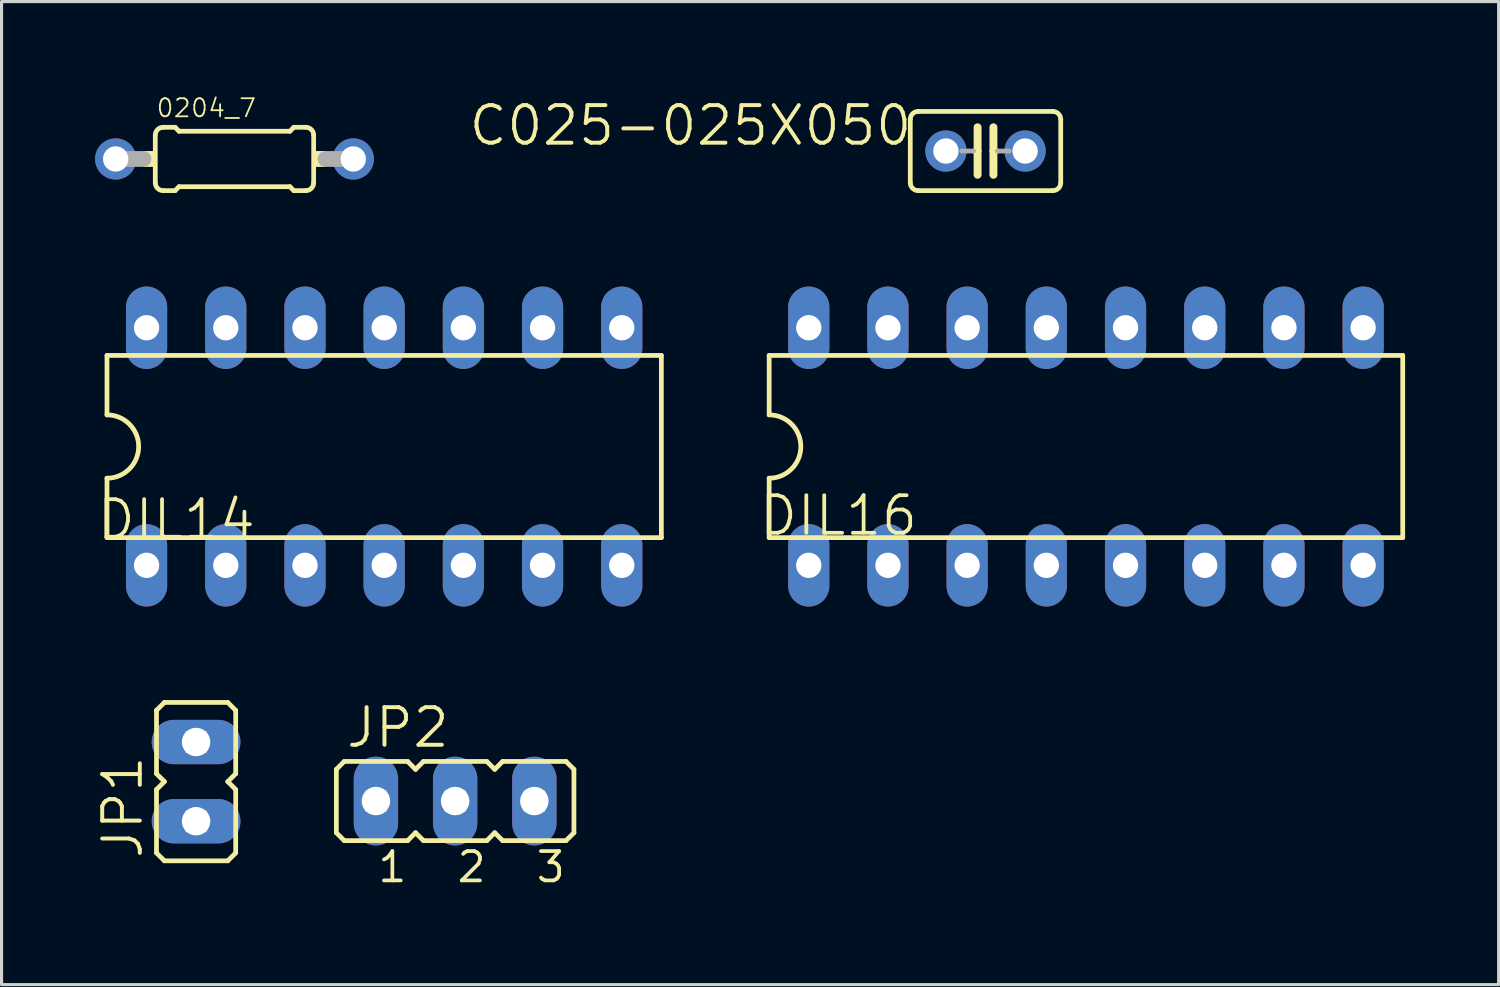
<source format=kicad_pcb>
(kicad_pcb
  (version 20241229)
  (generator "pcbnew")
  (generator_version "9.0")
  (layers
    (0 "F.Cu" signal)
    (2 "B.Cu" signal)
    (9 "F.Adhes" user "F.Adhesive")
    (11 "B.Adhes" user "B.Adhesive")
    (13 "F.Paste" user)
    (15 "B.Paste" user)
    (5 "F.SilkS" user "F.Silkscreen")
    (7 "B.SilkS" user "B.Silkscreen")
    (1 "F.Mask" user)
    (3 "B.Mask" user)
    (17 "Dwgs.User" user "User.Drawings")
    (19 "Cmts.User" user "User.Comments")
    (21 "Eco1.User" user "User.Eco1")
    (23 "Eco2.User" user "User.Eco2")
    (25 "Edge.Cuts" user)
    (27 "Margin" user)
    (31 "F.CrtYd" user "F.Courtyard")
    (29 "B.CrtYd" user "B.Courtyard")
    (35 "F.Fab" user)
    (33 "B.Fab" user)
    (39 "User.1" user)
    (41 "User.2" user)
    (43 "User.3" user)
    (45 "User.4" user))
  (footprint "0204_7"
    (layer "F.Cu")
    (at 4.47 2.048)
    (property "Reference" "0204_7" (at -2.54 -1.295 180) (layer "F.SilkS") (effects (font (size 0.579 0.579) (thickness 0.058)) (justify left bottom)))
    (attr through_hole)
    (fp_line (start -2.54 0.762) (end -2.54 -0.762) (stroke (width 0.152) (type solid)) (layer "F.SilkS"))
    (fp_line (start -2.286 -1.016) (end -1.905 -1.016) (stroke (width 0.152) (type solid)) (layer "F.SilkS"))
    (fp_line (start -2.286 1.016) (end -1.905 1.016) (stroke (width 0.152) (type solid)) (layer "F.SilkS"))
    (fp_line (start -1.778 -0.889) (end -1.905 -1.016) (stroke (width 0.152) (type solid)) (layer "F.SilkS"))
    (fp_line (start -1.778 0.889) (end -1.905 1.016) (stroke (width 0.152) (type solid)) (layer "F.SilkS"))
    (fp_line (start 1.778 -0.889) (end -1.778 -0.889) (stroke (width 0.152) (type solid)) (layer "F.SilkS"))
    (fp_line (start 1.778 -0.889) (end 1.905 -1.016) (stroke (width 0.152) (type solid)) (layer "F.SilkS"))
    (fp_line (start 1.778 0.889) (end -1.778 0.889) (stroke (width 0.152) (type solid)) (layer "F.SilkS"))
    (fp_line (start 1.778 0.889) (end 1.905 1.016) (stroke (width 0.152) (type solid)) (layer "F.SilkS"))
    (fp_line (start 2.286 -1.016) (end 1.905 -1.016) (stroke (width 0.152) (type solid)) (layer "F.SilkS"))
    (fp_line (start 2.286 1.016) (end 1.905 1.016) (stroke (width 0.152) (type solid)) (layer "F.SilkS"))
    (fp_line (start 2.54 0.762) (end 2.54 -0.762) (stroke (width 0.152) (type solid)) (layer "F.SilkS"))
    (fp_arc (start -2.54 -0.762) (mid -2.465605 -0.941605) (end -2.286 -1.016) (stroke (width 0.1524) (type solid)) (layer "F.SilkS"))
    (fp_arc (start -2.286 1.016) (mid -2.465605 0.941605) (end -2.54 0.762) (stroke (width 0.1524) (type solid)) (layer "F.SilkS"))
    (fp_arc (start 2.286 -1.016) (mid 2.465605 -0.941605) (end 2.54 -0.762) (stroke (width 0.1524) (type solid)) (layer "F.SilkS"))
    (fp_arc (start 2.54 0.762) (mid 2.465605 0.941605) (end 2.286 1.016) (stroke (width 0.1524) (type solid)) (layer "F.SilkS"))
    (fp_poly (pts (xy -2.921 0.254) (xy -2.54 0.254) (xy -2.54 -0.254) (xy -2.921 -0.254)) (stroke (width 0) (type solid)) (fill yes) (layer "F.SilkS"))
    (fp_poly (pts (xy 2.54 0.254) (xy 2.921 0.254) (xy 2.921 -0.254) (xy 2.54 -0.254)) (stroke (width 0) (type solid)) (fill yes) (layer "F.SilkS"))
    (fp_line (start -3.81 0) (end -2.921 0) (stroke (width 0.508) (type solid)) (layer "F.Fab"))
    (fp_line (start 3.81 0) (end 2.921 0) (stroke (width 0.508) (type solid)) (layer "F.Fab"))
    (pad "1" thru_hole circle (at -3.81 0) (size 1.321 1.321) (drill 0.813) (layers "*.Cu" "*.Mask"))
    (pad "2" thru_hole circle (at 3.81 0) (size 1.321 1.321) (drill 0.813) (layers "*.Cu" "*.Mask")))
  (footprint "DIL14"
    (layer "F.Cu")
    (at 9.271 11.271)
    (property "Reference" "DIL14" (at -9.271 3.048 0) (layer "F.SilkS") (effects (font (size 1.206 1.206) (thickness 0.121)) (justify left bottom)))
    (attr through_hole)
    (fp_line (start -8.89 -2.921) (end -8.89 -1.016) (stroke (width 0.152) (type solid)) (layer "F.SilkS"))
    (fp_line (start -8.89 2.921) (end -8.89 1.016) (stroke (width 0.152) (type solid)) (layer "F.SilkS"))
    (fp_line (start -8.89 2.921) (end 8.89 2.921) (stroke (width 0.152) (type solid)) (layer "F.SilkS"))
    (fp_line (start 8.89 -2.921) (end -8.89 -2.921) (stroke (width 0.152) (type solid)) (layer "F.SilkS"))
    (fp_line (start 8.89 -2.921) (end 8.89 2.921) (stroke (width 0.152) (type solid)) (layer "F.SilkS"))
    (fp_arc (start -8.89 -1.016) (mid -7.874 0) (end -8.89 1.016) (stroke (width 0.1524) (type solid)) (layer "F.SilkS"))
    (pad "1" thru_hole oval (at -7.62 3.81 90) (size 2.642 1.321) (drill 0.813) (layers "*.Cu" "*.Mask"))
    (pad "2" thru_hole oval (at -5.08 3.81 90) (size 2.642 1.321) (drill 0.813) (layers "*.Cu" "*.Mask"))
    (pad "3" thru_hole oval (at -2.54 3.81 90) (size 2.642 1.321) (drill 0.813) (layers "*.Cu" "*.Mask"))
    (pad "4" thru_hole oval (at 0 3.81 90) (size 2.642 1.321) (drill 0.813) (layers "*.Cu" "*.Mask"))
    (pad "5" thru_hole oval (at 2.54 3.81 90) (size 2.642 1.321) (drill 0.813) (layers "*.Cu" "*.Mask"))
    (pad "6" thru_hole oval (at 5.08 3.81 90) (size 2.642 1.321) (drill 0.813) (layers "*.Cu" "*.Mask"))
    (pad "7" thru_hole oval (at 7.62 3.81 90) (size 2.642 1.321) (drill 0.813) (layers "*.Cu" "*.Mask"))
    (pad "8" thru_hole oval (at 7.62 -3.81 90) (size 2.642 1.321) (drill 0.813) (layers "*.Cu" "*.Mask"))
    (pad "9" thru_hole oval (at 5.08 -3.81 90) (size 2.642 1.321) (drill 0.813) (layers "*.Cu" "*.Mask"))
    (pad "10" thru_hole oval (at 2.54 -3.81 90) (size 2.642 1.321) (drill 0.813) (layers "*.Cu" "*.Mask"))
    (pad "11" thru_hole oval (at 0 -3.81 90) (size 2.642 1.321) (drill 0.813) (layers "*.Cu" "*.Mask"))
    (pad "12" thru_hole oval (at -2.54 -3.81 90) (size 2.642 1.321) (drill 0.813) (layers "*.Cu" "*.Mask"))
    (pad "13" thru_hole oval (at -5.08 -3.81 90) (size 2.642 1.321) (drill 0.813) (layers "*.Cu" "*.Mask"))
    (pad "14" thru_hole oval (at -7.62 -3.81 90) (size 2.642 1.321) (drill 0.813) (layers "*.Cu" "*.Mask")))
  (footprint "C025-025X050"
    (layer "F.Cu")
    (at 28.557 1.794)
    (property "Reference" "C025-025X050" (at -2.286 -1.524 0) (layer "F.SilkS") (effects (font (size 1.206 1.206) (thickness 0.127)) (justify right top)))
    (attr through_hole)
    (fp_line (start -2.413 -1.016) (end -2.413 1.016) (stroke (width 0.152) (type solid)) (layer "F.SilkS"))
    (fp_line (start -2.159 -1.27) (end 2.159 -1.27) (stroke (width 0.152) (type solid)) (layer "F.SilkS"))
    (fp_line (start -0.254 -0.762) (end -0.254 0) (stroke (width 0.254) (type solid)) (layer "F.SilkS"))
    (fp_line (start -0.254 0) (end -0.381 0) (stroke (width 0.152) (type solid)) (layer "F.SilkS"))
    (fp_line (start -0.254 0) (end -0.254 0.762) (stroke (width 0.254) (type solid)) (layer "F.SilkS"))
    (fp_line (start 0.254 0) (end 0.254 -0.762) (stroke (width 0.254) (type solid)) (layer "F.SilkS"))
    (fp_line (start 0.254 0) (end 0.254 0.762) (stroke (width 0.254) (type solid)) (layer "F.SilkS"))
    (fp_line (start 0.381 0) (end 0.254 0) (stroke (width 0.152) (type solid)) (layer "F.SilkS"))
    (fp_line (start 2.159 1.27) (end -2.159 1.27) (stroke (width 0.152) (type solid)) (layer "F.SilkS"))
    (fp_line (start 2.413 -1.016) (end 2.413 1.016) (stroke (width 0.152) (type solid)) (layer "F.SilkS"))
    (fp_arc (start -2.413 -1.016) (mid -2.338605 -1.195605) (end -2.159 -1.27) (stroke (width 0.1524) (type solid)) (layer "F.SilkS"))
    (fp_arc (start -2.159 1.27) (mid -2.338605 1.195605) (end -2.413 1.016) (stroke (width 0.1524) (type solid)) (layer "F.SilkS"))
    (fp_arc (start 2.159 -1.27) (mid 2.338605 -1.195605) (end 2.413 -1.016) (stroke (width 0.1524) (type solid)) (layer "F.SilkS"))
    (fp_arc (start 2.413 1.016) (mid 2.338605 1.195605) (end 2.159 1.27) (stroke (width 0.1524) (type solid)) (layer "F.SilkS"))
    (fp_line (start -0.381 0) (end -0.762 0) (stroke (width 0.152) (type solid)) (layer "F.Fab"))
    (fp_line (start 0.762 0) (end 0.381 0) (stroke (width 0.152) (type solid)) (layer "F.Fab"))
    (pad "1" thru_hole circle (at -1.27 0) (size 1.321 1.321) (drill 0.813) (layers "*.Cu" "*.Mask"))
    (pad "2" thru_hole circle (at 1.27 0) (size 1.321 1.321) (drill 0.813) (layers "*.Cu" "*.Mask")))
  (footprint "DIL16"
    (layer "F.Cu")
    (at 31.778 11.271)
    (property "Reference" "DIL16" (at -10.541 2.921 0) (layer "F.SilkS") (effects (font (size 1.206 1.206) (thickness 0.121)) (justify left bottom)))
    (attr through_hole)
    (fp_line (start -10.16 -2.921) (end -10.16 -1.016) (stroke (width 0.152) (type solid)) (layer "F.SilkS"))
    (fp_line (start -10.16 2.921) (end -10.16 1.016) (stroke (width 0.152) (type solid)) (layer "F.SilkS"))
    (fp_line (start -10.16 2.921) (end 10.16 2.921) (stroke (width 0.152) (type solid)) (layer "F.SilkS"))
    (fp_line (start 10.16 -2.921) (end -10.16 -2.921) (stroke (width 0.152) (type solid)) (layer "F.SilkS"))
    (fp_line (start 10.16 -2.921) (end 10.16 2.921) (stroke (width 0.152) (type solid)) (layer "F.SilkS"))
    (fp_arc (start -10.16 -1.016) (mid -9.144 0) (end -10.16 1.016) (stroke (width 0.1524) (type solid)) (layer "F.SilkS"))
    (pad "1" thru_hole oval (at -8.89 3.81 90) (size 2.642 1.321) (drill 0.813) (layers "*.Cu" "*.Mask"))
    (pad "2" thru_hole oval (at -6.35 3.81 90) (size 2.642 1.321) (drill 0.813) (layers "*.Cu" "*.Mask"))
    (pad "3" thru_hole oval (at -3.81 3.81 90) (size 2.642 1.321) (drill 0.813) (layers "*.Cu" "*.Mask"))
    (pad "4" thru_hole oval (at -1.27 3.81 90) (size 2.642 1.321) (drill 0.813) (layers "*.Cu" "*.Mask"))
    (pad "5" thru_hole oval (at 1.27 3.81 90) (size 2.642 1.321) (drill 0.813) (layers "*.Cu" "*.Mask"))
    (pad "6" thru_hole oval (at 3.81 3.81 90) (size 2.642 1.321) (drill 0.813) (layers "*.Cu" "*.Mask"))
    (pad "7" thru_hole oval (at 6.35 3.81 90) (size 2.642 1.321) (drill 0.813) (layers "*.Cu" "*.Mask"))
    (pad "8" thru_hole oval (at 8.89 3.81 90) (size 2.642 1.321) (drill 0.813) (layers "*.Cu" "*.Mask"))
    (pad "9" thru_hole oval (at 8.89 -3.81 90) (size 2.642 1.321) (drill 0.813) (layers "*.Cu" "*.Mask"))
    (pad "10" thru_hole oval (at 6.35 -3.81 90) (size 2.642 1.321) (drill 0.813) (layers "*.Cu" "*.Mask"))
    (pad "11" thru_hole oval (at 3.81 -3.81 90) (size 2.642 1.321) (drill 0.813) (layers "*.Cu" "*.Mask"))
    (pad "12" thru_hole oval (at 1.27 -3.81 90) (size 2.642 1.321) (drill 0.813) (layers "*.Cu" "*.Mask"))
    (pad "13" thru_hole oval (at -1.27 -3.81 90) (size 2.642 1.321) (drill 0.813) (layers "*.Cu" "*.Mask"))
    (pad "14" thru_hole oval (at -3.81 -3.81 90) (size 2.642 1.321) (drill 0.813) (layers "*.Cu" "*.Mask"))
    (pad "15" thru_hole oval (at -6.35 -3.81 90) (size 2.642 1.321) (drill 0.813) (layers "*.Cu" "*.Mask"))
    (pad "16" thru_hole oval (at -8.89 -3.81 90) (size 2.642 1.321) (drill 0.813) (layers "*.Cu" "*.Mask")))
  (footprint "JP2"
    (layer "F.Cu")
    (at 11.547 22.641)
    (property "Reference" "JP2" (at -3.556 -1.651 0) (layer "F.SilkS") (effects (font (size 1.206 1.206) (thickness 0.127)) (justify left bottom)))
    (attr through_hole)
    (fp_line (start -3.81 -1.016) (end -3.556 -1.27) (stroke (width 0.152) (type solid)) (layer "F.SilkS"))
    (fp_line (start -3.81 1.016) (end -3.81 -1.016) (stroke (width 0.152) (type solid)) (layer "F.SilkS"))
    (fp_line (start -3.81 1.016) (end -3.556 1.27) (stroke (width 0.152) (type solid)) (layer "F.SilkS"))
    (fp_line (start -1.524 -1.27) (end -3.556 -1.27) (stroke (width 0.152) (type solid)) (layer "F.SilkS"))
    (fp_line (start -1.524 -1.27) (end -1.27 -1.016) (stroke (width 0.152) (type solid)) (layer "F.SilkS"))
    (fp_line (start -1.524 1.27) (end -3.556 1.27) (stroke (width 0.152) (type solid)) (layer "F.SilkS"))
    (fp_line (start -1.524 1.27) (end -1.27 1.016) (stroke (width 0.152) (type solid)) (layer "F.SilkS"))
    (fp_line (start -1.27 -1.016) (end -1.016 -1.27) (stroke (width 0.152) (type solid)) (layer "F.SilkS"))
    (fp_line (start -1.27 1.016) (end -1.016 1.27) (stroke (width 0.152) (type solid)) (layer "F.SilkS"))
    (fp_line (start 1.016 -1.27) (end -1.016 -1.27) (stroke (width 0.152) (type solid)) (layer "F.SilkS"))
    (fp_line (start 1.016 -1.27) (end 1.27 -1.016) (stroke (width 0.152) (type solid)) (layer "F.SilkS"))
    (fp_line (start 1.016 1.27) (end -1.016 1.27) (stroke (width 0.152) (type solid)) (layer "F.SilkS"))
    (fp_line (start 1.016 1.27) (end 1.27 1.016) (stroke (width 0.152) (type solid)) (layer "F.SilkS"))
    (fp_line (start 1.27 -1.016) (end 1.524 -1.27) (stroke (width 0.152) (type solid)) (layer "F.SilkS"))
    (fp_line (start 1.27 1.016) (end 1.524 1.27) (stroke (width 0.152) (type solid)) (layer "F.SilkS"))
    (fp_line (start 3.556 -1.27) (end 1.524 -1.27) (stroke (width 0.152) (type solid)) (layer "F.SilkS"))
    (fp_line (start 3.556 -1.27) (end 3.81 -1.016) (stroke (width 0.152) (type solid)) (layer "F.SilkS"))
    (fp_line (start 3.556 1.27) (end 1.524 1.27) (stroke (width 0.152) (type solid)) (layer "F.SilkS"))
    (fp_line (start 3.556 1.27) (end 3.81 1.016) (stroke (width 0.152) (type solid)) (layer "F.SilkS"))
    (fp_line (start 3.81 -1.016) (end 3.81 1.016) (stroke (width 0.152) (type solid)) (layer "F.SilkS"))
    (fp_poly (pts (xy -2.845 0.305) (xy -2.235 0.305) (xy -2.235 -0.305) (xy -2.845 -0.305)) (stroke (width 0.1) (type solid)) (fill no) (layer "F.Fab"))
    (fp_poly (pts (xy -0.305 0.305) (xy 0.305 0.305) (xy 0.305 -0.305) (xy -0.305 -0.305)) (stroke (width 0.1) (type solid)) (fill no) (layer "F.Fab"))
    (fp_poly (pts (xy 2.235 0.305) (xy 2.845 0.305) (xy 2.845 -0.305) (xy 2.235 -0.305)) (stroke (width 0.1) (type solid)) (fill no) (layer "F.Fab"))
    (fp_text user "3" (at 2.54 2.667 0) (layer "F.SilkS") (effects (font (size 0.941 0.941) (thickness 0.119)) (justify left bottom)))
    (fp_text user "2" (at 0 2.667 0) (layer "F.SilkS") (effects (font (size 0.941 0.941) (thickness 0.119)) (justify left bottom)))
    (fp_text user "1" (at -2.54 2.667 0) (layer "F.SilkS") (effects (font (size 0.941 0.941) (thickness 0.119)) (justify left bottom)))
    (pad "1" thru_hole oval (at -2.54 0 90) (size 2.845 1.422) (drill 0.914) (layers "*.Cu" "*.Mask"))
    (pad "2" thru_hole oval (at 0 0 90) (size 2.845 1.422) (drill 0.914) (layers "*.Cu" "*.Mask"))
    (pad "3" thru_hole oval (at 2.54 0 90) (size 2.845 1.422) (drill 0.914) (layers "*.Cu" "*.Mask")))
  (footprint "JP1"
    (layer "F.Cu")
    (at 3.239 22.018)
    (property "Reference" "JP1" (at -1.651 2.54 90) (layer "F.SilkS") (effects (font (size 1.206 1.206) (thickness 0.127)) (justify left bottom)))
    (attr through_hole)
    (fp_line (start -1.27 -2.286) (end -1.27 -0.254) (stroke (width 0.152) (type solid)) (layer "F.SilkS"))
    (fp_line (start -1.27 -2.286) (end -1.016 -2.54) (stroke (width 0.152) (type solid)) (layer "F.SilkS"))
    (fp_line (start -1.27 0.254) (end -1.27 2.286) (stroke (width 0.152) (type solid)) (layer "F.SilkS"))
    (fp_line (start -1.016 0) (end -1.27 -0.254) (stroke (width 0.152) (type solid)) (layer "F.SilkS"))
    (fp_line (start -1.016 0) (end -1.27 0.254) (stroke (width 0.152) (type solid)) (layer "F.SilkS"))
    (fp_line (start -1.016 2.54) (end -1.27 2.286) (stroke (width 0.152) (type solid)) (layer "F.SilkS"))
    (fp_line (start -1.016 2.54) (end 1.016 2.54) (stroke (width 0.152) (type solid)) (layer "F.SilkS"))
    (fp_line (start 1.016 -2.54) (end -1.016 -2.54) (stroke (width 0.152) (type solid)) (layer "F.SilkS"))
    (fp_line (start 1.016 0) (end 1.27 -0.254) (stroke (width 0.152) (type solid)) (layer "F.SilkS"))
    (fp_line (start 1.016 0) (end 1.27 0.254) (stroke (width 0.152) (type solid)) (layer "F.SilkS"))
    (fp_line (start 1.016 2.54) (end 1.27 2.286) (stroke (width 0.152) (type solid)) (layer "F.SilkS"))
    (fp_line (start 1.27 -2.286) (end 1.016 -2.54) (stroke (width 0.152) (type solid)) (layer "F.SilkS"))
    (fp_line (start 1.27 -2.286) (end 1.27 -0.254) (stroke (width 0.152) (type solid)) (layer "F.SilkS"))
    (fp_line (start 1.27 0.254) (end 1.27 2.286) (stroke (width 0.152) (type solid)) (layer "F.SilkS"))
    (fp_poly (pts (xy -0.305 -0.965) (xy 0.305 -0.965) (xy 0.305 -1.575) (xy -0.305 -1.575)) (stroke (width 0.1) (type solid)) (fill no) (layer "F.Fab"))
    (fp_poly (pts (xy -0.305 1.575) (xy 0.305 1.575) (xy 0.305 0.965) (xy -0.305 0.965)) (stroke (width 0.1) (type solid)) (fill no) (layer "F.Fab"))
    (pad "1" thru_hole oval (at 0 1.27) (size 2.845 1.422) (drill 0.914) (layers "*.Cu" "*.Mask"))
    (pad "2" thru_hole oval (at 0 -1.27) (size 2.845 1.422) (drill 0.914) (layers "*.Cu" "*.Mask")))
  (gr_rect
    (start -3 -3)
    (end 45.014 28.528)
    (stroke (width 0.1) (type default))
    (fill no)
    (layer "Edge.Cuts")))
</source>
